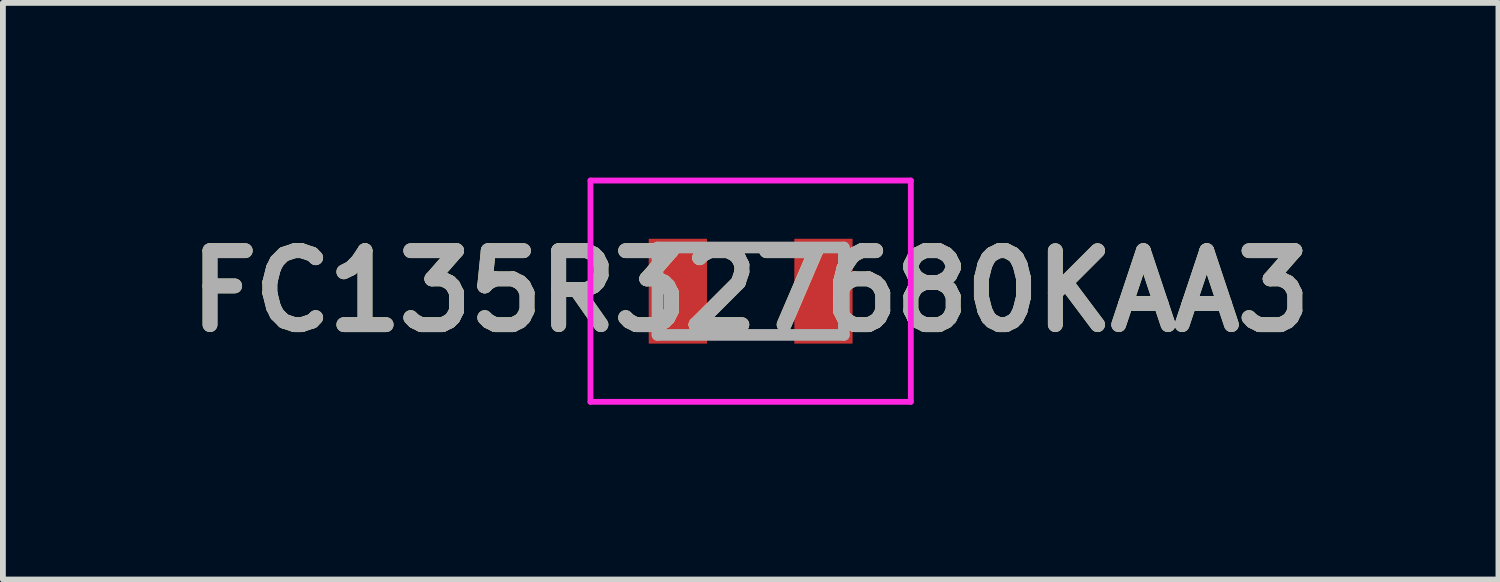
<source format=kicad_pcb>
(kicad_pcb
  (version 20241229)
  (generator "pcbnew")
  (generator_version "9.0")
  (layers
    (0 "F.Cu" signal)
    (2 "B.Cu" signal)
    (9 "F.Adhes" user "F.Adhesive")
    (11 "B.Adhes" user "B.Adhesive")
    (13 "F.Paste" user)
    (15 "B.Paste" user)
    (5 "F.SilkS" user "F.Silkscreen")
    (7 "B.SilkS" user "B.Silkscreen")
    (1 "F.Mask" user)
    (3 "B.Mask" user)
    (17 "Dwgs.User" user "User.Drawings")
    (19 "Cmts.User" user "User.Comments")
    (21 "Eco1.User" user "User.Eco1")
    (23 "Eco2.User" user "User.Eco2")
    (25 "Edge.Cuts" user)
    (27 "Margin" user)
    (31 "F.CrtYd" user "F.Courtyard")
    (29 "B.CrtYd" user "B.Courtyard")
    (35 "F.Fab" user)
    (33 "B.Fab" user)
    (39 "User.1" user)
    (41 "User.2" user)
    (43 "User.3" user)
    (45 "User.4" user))
  (footprint "FC135R327680KAA3"
    (layer "F.Cu")
    (at 9.839 1.95)
    (property "Reference" "FC135R327680KAA3" (at 0 0 0) (layer "F.SilkS") (effects (font (size 1.27 1.27) (thickness 0.254))))
    (attr smd)
    (fp_line (start -0.4 -0.75) (end 0.4 -0.75) (stroke (width 0.1) (type solid)) (layer "F.SilkS"))
    (fp_line (start -0.4 0.75) (end 0.4 0.75) (stroke (width 0.1) (type solid)) (layer "F.SilkS"))
    (fp_line (start -2.75 -1.9) (end 2.75 -1.9) (stroke (width 0.1) (type solid)) (layer "F.CrtYd"))
    (fp_line (start -2.75 1.9) (end -2.75 -1.9) (stroke (width 0.1) (type solid)) (layer "F.CrtYd"))
    (fp_line (start 2.75 -1.9) (end 2.75 1.9) (stroke (width 0.1) (type solid)) (layer "F.CrtYd"))
    (fp_line (start 2.75 1.9) (end -2.75 1.9) (stroke (width 0.1) (type solid)) (layer "F.CrtYd"))
    (fp_line (start -1.6 -0.75) (end 1.6 -0.75) (stroke (width 0.2) (type solid)) (layer "F.Fab"))
    (fp_line (start -1.6 0.75) (end -1.6 -0.75) (stroke (width 0.2) (type solid)) (layer "F.Fab"))
    (fp_line (start 1.6 -0.75) (end 1.6 0.75) (stroke (width 0.2) (type solid)) (layer "F.Fab"))
    (fp_line (start 1.6 0.75) (end -1.6 0.75) (stroke (width 0.2) (type solid)) (layer "F.Fab"))
    (fp_text user "${REFERENCE}" (at 0 0 0) (layer "F.Fab") (effects (font (size 1.27 1.27) (thickness 0.254))))
    (pad "1" smd rect (at -1.25 0) (size 1 1.8) (layers "F.Cu" "F.Mask" "F.Paste"))
    (pad "2" smd rect (at 1.25 0) (size 1 1.8) (layers "F.Cu" "F.Mask" "F.Paste")))
  (gr_rect
    (start -3 -3)
    (end 22.679 6.9)
    (stroke (width 0.1) (type default))
    (fill no)
    (layer "Edge.Cuts")))
</source>
